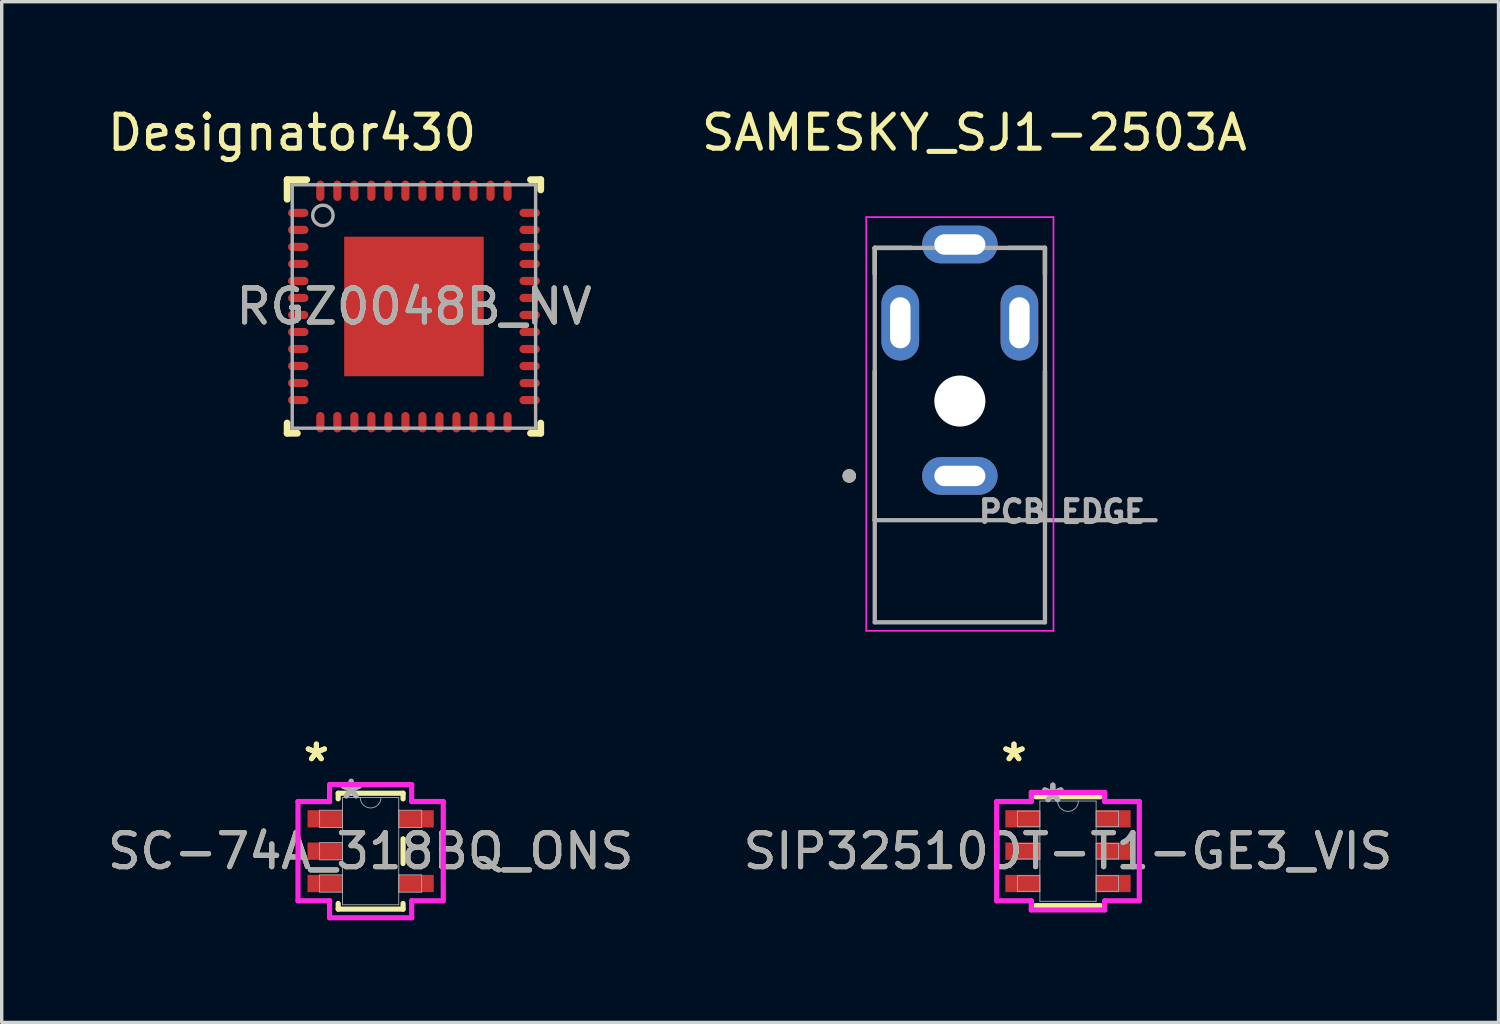
<source format=kicad_pcb>
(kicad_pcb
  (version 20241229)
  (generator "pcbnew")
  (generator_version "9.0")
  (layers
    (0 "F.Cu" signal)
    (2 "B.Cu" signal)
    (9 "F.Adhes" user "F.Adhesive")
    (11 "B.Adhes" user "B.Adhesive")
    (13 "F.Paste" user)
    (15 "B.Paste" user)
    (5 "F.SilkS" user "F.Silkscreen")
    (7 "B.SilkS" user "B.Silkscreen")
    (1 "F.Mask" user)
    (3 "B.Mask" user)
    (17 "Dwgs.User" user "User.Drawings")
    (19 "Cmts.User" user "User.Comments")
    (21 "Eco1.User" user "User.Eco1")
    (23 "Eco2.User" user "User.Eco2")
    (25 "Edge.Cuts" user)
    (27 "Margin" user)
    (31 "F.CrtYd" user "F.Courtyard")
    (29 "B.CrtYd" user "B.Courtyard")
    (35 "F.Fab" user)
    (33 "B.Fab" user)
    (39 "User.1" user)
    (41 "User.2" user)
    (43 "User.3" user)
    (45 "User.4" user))
  (footprint "SAMESKY_SJ1-2503A"
    (layer "F.Cu")
    (at 25.15 9.733)
    (property "Reference" "SAMESKY_SJ1-2503A" (at 0.425 -8.885 0) (layer "F.SilkS") (effects (font (size 1 1) (thickness 0.15))))
    (attr through_hole)
    (fp_line (start -2.5 -5.5) (end -2.5 -4.728) (stroke (width 0.127) (type solid)) (layer "F.SilkS"))
    (fp_line (start -2.5 2.5) (end -2.5 -1.872) (stroke (width 0.127) (type solid)) (layer "F.SilkS"))
    (fp_line (start -1.428 -5.5) (end -2.5 -5.5) (stroke (width 0.127) (type solid)) (layer "F.SilkS"))
    (fp_line (start 2.5 -5.5) (end 1.428 -5.5) (stroke (width 0.127) (type solid)) (layer "F.SilkS"))
    (fp_line (start 2.5 -4.728) (end 2.5 -5.5) (stroke (width 0.127) (type solid)) (layer "F.SilkS"))
    (fp_line (start 2.5 2.5) (end 2.5 -1.872) (stroke (width 0.127) (type solid)) (layer "F.SilkS"))
    (fp_circle (center -3.25 1.2) (end -3.15 1.2) (stroke (width 0.2) (type solid)) (fill no) (layer "F.SilkS"))
    (fp_line (start -2.75 -6.404) (end -2.75 5.75) (stroke (width 0.05) (type solid)) (layer "F.CrtYd"))
    (fp_line (start -2.75 5.75) (end 2.75 5.75) (stroke (width 0.05) (type solid)) (layer "F.CrtYd"))
    (fp_line (start 2.75 -6.404) (end -2.75 -6.404) (stroke (width 0.05) (type solid)) (layer "F.CrtYd"))
    (fp_line (start 2.75 5.75) (end 2.75 -6.404) (stroke (width 0.05) (type solid)) (layer "F.CrtYd"))
    (fp_line (start -2.5 -5.5) (end -2.5 2.5) (stroke (width 0.127) (type solid)) (layer "F.Fab"))
    (fp_line (start -2.5 2.5) (end -2.5 5.5) (stroke (width 0.127) (type solid)) (layer "F.Fab"))
    (fp_line (start -2.5 2.5) (end 2.5 2.5) (stroke (width 0.127) (type solid)) (layer "F.Fab"))
    (fp_line (start -2.5 5.5) (end 2.5 5.5) (stroke (width 0.127) (type solid)) (layer "F.Fab"))
    (fp_line (start 2.5 -5.5) (end -2.5 -5.5) (stroke (width 0.127) (type solid)) (layer "F.Fab"))
    (fp_line (start 2.5 2.5) (end 2.5 -5.5) (stroke (width 0.127) (type solid)) (layer "F.Fab"))
    (fp_line (start 2.5 2.5) (end 5.75 2.5) (stroke (width 0.127) (type solid)) (layer "F.Fab"))
    (fp_line (start 2.5 5.5) (end 2.5 2.5) (stroke (width 0.127) (type solid)) (layer "F.Fab"))
    (fp_circle (center -3.25 1.2) (end -3.15 1.2) (stroke (width 0.2) (type solid)) (fill no) (layer "F.Fab"))
    (fp_text user "PCB EDGE" (at 3 2.25 0) (layer "F.Fab") (effects (font (size 0.64 0.64) (thickness 0.15))))
    (pad "" np_thru_hole circle (at 0 -1) (size 1.5 1.5) (drill 1.5) (layers "*.Cu" "*.Mask"))
    (pad "1" thru_hole oval (at 0 1.2) (size 2.216 1.108) (drill oval 1.5 0.6) (layers "*.Cu" "*.Mask"))
    (pad "2" thru_hole oval (at 1.75 -3.3) (size 1.108 2.216) (drill oval 0.6 1.5) (layers "*.Cu" "*.Mask"))
    (pad "3" thru_hole oval (at -1.75 -3.3) (size 1.108 2.216) (drill oval 0.6 1.5) (layers "*.Cu" "*.Mask"))
    (pad "4" thru_hole oval (at 0 -5.6) (size 2.216 1.108) (drill oval 1.5 0.6) (layers "*.Cu" "*.Mask")))
  (footprint "RGZ0048B_NV"
    (layer "F.Cu")
    (at 9.111 5.954)
    (property "Reference" "RGZ0048B_NV" (at 0 0 0) (unlocked yes) (layer "F.SilkS") (effects (font (size 1 1) (thickness 0.15))))
    (attr smd)
    (fp_line (start -3.725 -3.725) (end -3.15 -3.725) (stroke (width 0.2) (type solid)) (layer "F.SilkS"))
    (fp_line (start -3.725 -3.15) (end -3.725 -3.725) (stroke (width 0.2) (type solid)) (layer "F.SilkS"))
    (fp_line (start -3.725 3.725) (end -3.725 3.425) (stroke (width 0.2) (type solid)) (layer "F.SilkS"))
    (fp_line (start -3.725 3.725) (end -3.425 3.725) (stroke (width 0.2) (type solid)) (layer "F.SilkS"))
    (fp_line (start 3.425 -3.725) (end 3.725 -3.725) (stroke (width 0.2) (type solid)) (layer "F.SilkS"))
    (fp_line (start 3.425 3.725) (end 3.725 3.725) (stroke (width 0.2) (type solid)) (layer "F.SilkS"))
    (fp_line (start 3.725 -3.425) (end 3.725 -3.725) (stroke (width 0.2) (type solid)) (layer "F.SilkS"))
    (fp_line (start 3.725 3.725) (end 3.725 3.425) (stroke (width 0.2) (type solid)) (layer "F.SilkS"))
    (fp_poly (pts (xy -0.1 -1.835) (xy -1.835 -1.835) (xy -1.835 -0.1) (xy -0.1 -0.1)) (stroke (width 0) (type solid)) (fill yes) (layer "F.Paste"))
    (fp_poly (pts (xy -0.1 0.1) (xy -1.835 0.1) (xy -1.835 1.835) (xy -0.1 1.835)) (stroke (width 0) (type solid)) (fill yes) (layer "F.Paste"))
    (fp_poly (pts (xy 0.1 -0.1) (xy 1.835 -0.1) (xy 1.835 -1.835) (xy 0.1 -1.835)) (stroke (width 0) (type solid)) (fill yes) (layer "F.Paste"))
    (fp_poly (pts (xy 0.1 1.835) (xy 1.835 1.835) (xy 1.835 0.1) (xy 0.1 0.1)) (stroke (width 0) (type solid)) (fill yes) (layer "F.Paste"))
    (fp_line (start -3.575 -3.575) (end 3.575 -3.575) (stroke (width 0.1) (type solid)) (layer "F.Fab"))
    (fp_line (start -3.575 3.575) (end -3.575 -3.575) (stroke (width 0.1) (type solid)) (layer "F.Fab"))
    (fp_line (start -3.575 3.575) (end 3.575 3.575) (stroke (width 0.1) (type solid)) (layer "F.Fab"))
    (fp_line (start 3.575 3.575) (end 3.575 -3.575) (stroke (width 0.1) (type solid)) (layer "F.Fab"))
    (fp_circle (center -2.675 -2.675) (end -2.375 -2.675) (stroke (width 0.1) (type solid)) (fill no) (layer "F.Fab"))
    (fp_text user "Designator430" (at -3.581 -5.105 0) (unlocked yes) (layer "F.SilkS") (effects (font (size 1 1) (thickness 0.15))))
    (fp_text user "${REFERENCE}" (at 0 0 0) (unlocked yes) (layer "F.Fab") (effects (font (size 1 1) (thickness 0.15))))
    (pad "1" smd oval (at -3.4 -2.75 90) (size 0.24 0.6) (layers "F.Cu" "F.Mask" "F.Paste"))
    (pad "2" smd oval (at -3.4 -2.25 90) (size 0.24 0.6) (layers "F.Cu" "F.Mask" "F.Paste"))
    (pad "3" smd oval (at -3.4 -1.75 90) (size 0.24 0.6) (layers "F.Cu" "F.Mask" "F.Paste"))
    (pad "4" smd oval (at -3.4 -1.25 90) (size 0.24 0.6) (layers "F.Cu" "F.Mask" "F.Paste"))
    (pad "5" smd oval (at -3.4 -0.75 90) (size 0.24 0.6) (layers "F.Cu" "F.Mask" "F.Paste"))
    (pad "6" smd oval (at -3.4 -0.25 90) (size 0.24 0.6) (layers "F.Cu" "F.Mask" "F.Paste"))
    (pad "7" smd oval (at -3.4 0.25 90) (size 0.24 0.6) (layers "F.Cu" "F.Mask" "F.Paste"))
    (pad "8" smd oval (at -3.4 0.75 90) (size 0.24 0.6) (layers "F.Cu" "F.Mask" "F.Paste"))
    (pad "9" smd oval (at -3.4 1.25 90) (size 0.24 0.6) (layers "F.Cu" "F.Mask" "F.Paste"))
    (pad "10" smd oval (at -3.4 1.75 90) (size 0.24 0.6) (layers "F.Cu" "F.Mask" "F.Paste"))
    (pad "11" smd oval (at -3.4 2.25 90) (size 0.24 0.6) (layers "F.Cu" "F.Mask" "F.Paste"))
    (pad "12" smd oval (at -3.4 2.75 90) (size 0.24 0.6) (layers "F.Cu" "F.Mask" "F.Paste"))
    (pad "13" smd oval (at -2.75 3.4) (size 0.24 0.6) (layers "F.Cu" "F.Mask" "F.Paste"))
    (pad "14" smd oval (at -2.25 3.4) (size 0.24 0.6) (layers "F.Cu" "F.Mask" "F.Paste"))
    (pad "15" smd oval (at -1.75 3.4) (size 0.24 0.6) (layers "F.Cu" "F.Mask" "F.Paste"))
    (pad "16" smd oval (at -1.25 3.4) (size 0.24 0.6) (layers "F.Cu" "F.Mask" "F.Paste"))
    (pad "17" smd oval (at -0.75 3.4) (size 0.24 0.6) (layers "F.Cu" "F.Mask" "F.Paste"))
    (pad "18" smd oval (at -0.25 3.4) (size 0.24 0.6) (layers "F.Cu" "F.Mask" "F.Paste"))
    (pad "19" smd oval (at 0.25 3.4) (size 0.24 0.6) (layers "F.Cu" "F.Mask" "F.Paste"))
    (pad "20" smd oval (at 0.75 3.4) (size 0.24 0.6) (layers "F.Cu" "F.Mask" "F.Paste"))
    (pad "21" smd oval (at 1.25 3.4) (size 0.24 0.6) (layers "F.Cu" "F.Mask" "F.Paste"))
    (pad "22" smd oval (at 1.75 3.4) (size 0.24 0.6) (layers "F.Cu" "F.Mask" "F.Paste"))
    (pad "23" smd oval (at 2.25 3.4) (size 0.24 0.6) (layers "F.Cu" "F.Mask" "F.Paste"))
    (pad "24" smd oval (at 2.75 3.4) (size 0.24 0.6) (layers "F.Cu" "F.Mask" "F.Paste"))
    (pad "25" smd oval (at 3.4 2.75 90) (size 0.24 0.6) (layers "F.Cu" "F.Mask" "F.Paste"))
    (pad "26" smd oval (at 3.4 2.25 90) (size 0.24 0.6) (layers "F.Cu" "F.Mask" "F.Paste"))
    (pad "27" smd oval (at 3.4 1.75 90) (size 0.24 0.6) (layers "F.Cu" "F.Mask" "F.Paste"))
    (pad "28" smd oval (at 3.4 1.25 90) (size 0.24 0.6) (layers "F.Cu" "F.Mask" "F.Paste"))
    (pad "29" smd oval (at 3.4 0.75 90) (size 0.24 0.6) (layers "F.Cu" "F.Mask" "F.Paste"))
    (pad "30" smd oval (at 3.4 0.25 90) (size 0.24 0.6) (layers "F.Cu" "F.Mask" "F.Paste"))
    (pad "31" smd oval (at 3.4 -0.25 90) (size 0.24 0.6) (layers "F.Cu" "F.Mask" "F.Paste"))
    (pad "32" smd oval (at 3.4 -0.75 90) (size 0.24 0.6) (layers "F.Cu" "F.Mask" "F.Paste"))
    (pad "33" smd oval (at 3.4 -1.25 90) (size 0.24 0.6) (layers "F.Cu" "F.Mask" "F.Paste"))
    (pad "34" smd oval (at 3.4 -1.75 90) (size 0.24 0.6) (layers "F.Cu" "F.Mask" "F.Paste"))
    (pad "35" smd oval (at 3.4 -2.25 90) (size 0.24 0.6) (layers "F.Cu" "F.Mask" "F.Paste"))
    (pad "36" smd oval (at 3.4 -2.75 90) (size 0.24 0.6) (layers "F.Cu" "F.Mask" "F.Paste"))
    (pad "37" smd oval (at 2.75 -3.4) (size 0.24 0.6) (layers "F.Cu" "F.Mask" "F.Paste"))
    (pad "38" smd oval (at 2.25 -3.4) (size 0.24 0.6) (layers "F.Cu" "F.Mask" "F.Paste"))
    (pad "39" smd oval (at 1.75 -3.4) (size 0.24 0.6) (layers "F.Cu" "F.Mask" "F.Paste"))
    (pad "40" smd oval (at 1.25 -3.4) (size 0.24 0.6) (layers "F.Cu" "F.Mask" "F.Paste"))
    (pad "41" smd oval (at 0.75 -3.4) (size 0.24 0.6) (layers "F.Cu" "F.Mask" "F.Paste"))
    (pad "42" smd oval (at 0.25 -3.4) (size 0.24 0.6) (layers "F.Cu" "F.Mask" "F.Paste"))
    (pad "43" smd oval (at -0.25 -3.4) (size 0.24 0.6) (layers "F.Cu" "F.Mask" "F.Paste"))
    (pad "44" smd oval (at -0.75 -3.4) (size 0.24 0.6) (layers "F.Cu" "F.Mask" "F.Paste"))
    (pad "45" smd oval (at -1.25 -3.4) (size 0.24 0.6) (layers "F.Cu" "F.Mask" "F.Paste"))
    (pad "46" smd oval (at -1.75 -3.4) (size 0.24 0.6) (layers "F.Cu" "F.Mask" "F.Paste"))
    (pad "47" smd oval (at -2.25 -3.4) (size 0.24 0.6) (layers "F.Cu" "F.Mask" "F.Paste"))
    (pad "48" smd oval (at -2.75 -3.4) (size 0.24 0.6) (layers "F.Cu" "F.Mask" "F.Paste"))
    (pad "49" smd rect (at 0 0) (size 4.1 4.1) (layers "F.Cu" "F.Mask")))
  (footprint "SC-74A_318BQ_ONS"
    (layer "F.Cu")
    (at 7.839 21.957)
    (property "Reference" "SC-74A_318BQ_ONS" (at 0 0 0) (unlocked yes) (layer "F.SilkS") (effects (font (size 1 1) (thickness 0.15))))
    (attr smd)
    (fp_line (start -0.953 -1.702) (end -0.953 -1.537) (stroke (width 0.152) (type solid)) (layer "F.SilkS"))
    (fp_line (start -0.953 1.537) (end -0.953 1.702) (stroke (width 0.152) (type solid)) (layer "F.SilkS"))
    (fp_line (start -0.953 1.702) (end 0.953 1.702) (stroke (width 0.152) (type solid)) (layer "F.SilkS"))
    (fp_line (start 0.953 -1.702) (end -0.953 -1.702) (stroke (width 0.152) (type solid)) (layer "F.SilkS"))
    (fp_line (start 0.953 -1.537) (end 0.953 -1.702) (stroke (width 0.152) (type solid)) (layer "F.SilkS"))
    (fp_line (start 0.953 0.363) (end 0.953 -0.363) (stroke (width 0.152) (type solid)) (layer "F.SilkS"))
    (fp_line (start 0.953 1.702) (end 0.953 1.537) (stroke (width 0.152) (type solid)) (layer "F.SilkS"))
    (fp_line (start -2.134 -1.458) (end -1.206 -1.458) (stroke (width 0.152) (type solid)) (layer "F.CrtYd"))
    (fp_line (start -2.134 1.458) (end -2.134 -1.458) (stroke (width 0.152) (type solid)) (layer "F.CrtYd"))
    (fp_line (start -1.206 -1.956) (end 1.206 -1.956) (stroke (width 0.152) (type solid)) (layer "F.CrtYd"))
    (fp_line (start -1.206 -1.458) (end -1.206 -1.956) (stroke (width 0.152) (type solid)) (layer "F.CrtYd"))
    (fp_line (start -1.206 1.458) (end -2.134 1.458) (stroke (width 0.152) (type solid)) (layer "F.CrtYd"))
    (fp_line (start -1.206 1.956) (end -1.206 1.458) (stroke (width 0.152) (type solid)) (layer "F.CrtYd"))
    (fp_line (start 1.206 -1.956) (end 1.206 -1.458) (stroke (width 0.152) (type solid)) (layer "F.CrtYd"))
    (fp_line (start 1.206 -1.458) (end 2.134 -1.458) (stroke (width 0.152) (type solid)) (layer "F.CrtYd"))
    (fp_line (start 1.206 1.458) (end 1.206 1.956) (stroke (width 0.152) (type solid)) (layer "F.CrtYd"))
    (fp_line (start 1.206 1.956) (end -1.206 1.956) (stroke (width 0.152) (type solid)) (layer "F.CrtYd"))
    (fp_line (start 2.134 -1.458) (end 2.134 1.458) (stroke (width 0.152) (type solid)) (layer "F.CrtYd"))
    (fp_line (start 2.134 1.458) (end 1.206 1.458) (stroke (width 0.152) (type solid)) (layer "F.CrtYd"))
    (fp_line (start -1.499 -1.204) (end -1.499 -0.696) (stroke (width 0.025) (type solid)) (layer "F.Fab"))
    (fp_line (start -1.499 -0.696) (end -0.826 -0.696) (stroke (width 0.025) (type solid)) (layer "F.Fab"))
    (fp_line (start -1.499 -0.254) (end -1.499 0.254) (stroke (width 0.025) (type solid)) (layer "F.Fab"))
    (fp_line (start -1.499 0.254) (end -0.826 0.254) (stroke (width 0.025) (type solid)) (layer "F.Fab"))
    (fp_line (start -1.499 0.696) (end -1.499 1.204) (stroke (width 0.025) (type solid)) (layer "F.Fab"))
    (fp_line (start -1.499 1.204) (end -0.826 1.204) (stroke (width 0.025) (type solid)) (layer "F.Fab"))
    (fp_line (start -0.826 -1.575) (end -0.826 1.575) (stroke (width 0.025) (type solid)) (layer "F.Fab"))
    (fp_line (start -0.826 -1.204) (end -1.499 -1.204) (stroke (width 0.025) (type solid)) (layer "F.Fab"))
    (fp_line (start -0.826 -0.696) (end -0.826 -1.204) (stroke (width 0.025) (type solid)) (layer "F.Fab"))
    (fp_line (start -0.826 -0.254) (end -1.499 -0.254) (stroke (width 0.025) (type solid)) (layer "F.Fab"))
    (fp_line (start -0.826 0.254) (end -0.826 -0.254) (stroke (width 0.025) (type solid)) (layer "F.Fab"))
    (fp_line (start -0.826 0.696) (end -1.499 0.696) (stroke (width 0.025) (type solid)) (layer "F.Fab"))
    (fp_line (start -0.826 1.204) (end -0.826 0.696) (stroke (width 0.025) (type solid)) (layer "F.Fab"))
    (fp_line (start -0.826 1.575) (end 0.826 1.575) (stroke (width 0.025) (type solid)) (layer "F.Fab"))
    (fp_line (start 0.826 -1.575) (end -0.826 -1.575) (stroke (width 0.025) (type solid)) (layer "F.Fab"))
    (fp_line (start 0.826 -1.204) (end 0.826 -0.696) (stroke (width 0.025) (type solid)) (layer "F.Fab"))
    (fp_line (start 0.826 -0.696) (end 1.499 -0.696) (stroke (width 0.025) (type solid)) (layer "F.Fab"))
    (fp_line (start 0.826 0.696) (end 0.826 1.204) (stroke (width 0.025) (type solid)) (layer "F.Fab"))
    (fp_line (start 0.826 1.204) (end 1.499 1.204) (stroke (width 0.025) (type solid)) (layer "F.Fab"))
    (fp_line (start 0.826 1.575) (end 0.826 -1.575) (stroke (width 0.025) (type solid)) (layer "F.Fab"))
    (fp_line (start 1.499 -1.204) (end 0.826 -1.204) (stroke (width 0.025) (type solid)) (layer "F.Fab"))
    (fp_line (start 1.499 -0.696) (end 1.499 -1.204) (stroke (width 0.025) (type solid)) (layer "F.Fab"))
    (fp_line (start 1.499 0.696) (end 0.826 0.696) (stroke (width 0.025) (type solid)) (layer "F.Fab"))
    (fp_line (start 1.499 1.204) (end 1.499 0.696) (stroke (width 0.025) (type solid)) (layer "F.Fab"))
    (fp_arc (start 0.3048 -1.5748) (mid 0 -1.27) (end -0.3048 -1.5748) (stroke (width 0.0254) (type solid)) (layer "F.Fab"))
    (fp_text user "*" (at -1.594 -2.601 0) (layer "F.SilkS") (effects (font (size 1 1) (thickness 0.15))))
    (fp_text user "*" (at -1.594 -2.601 0) (unlocked yes) (layer "F.SilkS") (effects (font (size 1 1) (thickness 0.15))))
    (fp_text user "*" (at -0.572 -1.509 0) (layer "F.Fab") (effects (font (size 1 1) (thickness 0.15))))
    (fp_text user "${REFERENCE}" (at 0 0 0) (unlocked yes) (layer "F.Fab") (effects (font (size 1 1) (thickness 0.15))))
    (fp_text user "*" (at -0.572 -1.509 0) (unlocked yes) (layer "F.Fab") (effects (font (size 1 1) (thickness 0.15))))
    (pad "1" smd rect (at -1.34 -0.95) (size 1.029 0.508) (layers "F.Cu" "F.Mask" "F.Paste"))
    (pad "2" smd rect (at -1.34 0) (size 1.029 0.508) (layers "F.Cu" "F.Mask" "F.Paste"))
    (pad "3" smd rect (at -1.34 0.95) (size 1.029 0.508) (layers "F.Cu" "F.Mask" "F.Paste"))
    (pad "4" smd rect (at 1.34 0.95) (size 1.029 0.508) (layers "F.Cu" "F.Mask" "F.Paste"))
    (pad "5" smd rect (at 1.34 -0.95) (size 1.029 0.508) (layers "F.Cu" "F.Mask" "F.Paste")))
  (footprint "SIP32510DT-T1-GE3_VIS"
    (layer "F.Cu")
    (at 28.327 21.957)
    (property "Reference" "SIP32510DT-T1-GE3_VIS" (at 0 0 0) (unlocked yes) (layer "F.SilkS") (effects (font (size 1 1) (thickness 0.15))))
    (attr smd)
    (fp_line (start -0.953 1.6) (end 0.953 1.6) (stroke (width 0.152) (type solid)) (layer "F.SilkS"))
    (fp_line (start 0.953 -1.6) (end -0.953 -1.6) (stroke (width 0.152) (type solid)) (layer "F.SilkS"))
    (fp_line (start -2.095 -1.458) (end -1.079 -1.458) (stroke (width 0.152) (type solid)) (layer "F.CrtYd"))
    (fp_line (start -2.095 1.458) (end -2.095 -1.458) (stroke (width 0.152) (type solid)) (layer "F.CrtYd"))
    (fp_line (start -2.095 1.458) (end -1.079 1.458) (stroke (width 0.152) (type solid)) (layer "F.CrtYd"))
    (fp_line (start -1.079 -1.727) (end 1.079 -1.727) (stroke (width 0.152) (type solid)) (layer "F.CrtYd"))
    (fp_line (start -1.079 -1.458) (end -1.079 -1.727) (stroke (width 0.152) (type solid)) (layer "F.CrtYd"))
    (fp_line (start -1.079 1.727) (end -1.079 1.458) (stroke (width 0.152) (type solid)) (layer "F.CrtYd"))
    (fp_line (start 1.079 -1.727) (end 1.079 -1.458) (stroke (width 0.152) (type solid)) (layer "F.CrtYd"))
    (fp_line (start 1.079 1.458) (end 1.079 1.727) (stroke (width 0.152) (type solid)) (layer "F.CrtYd"))
    (fp_line (start 1.079 1.727) (end -1.079 1.727) (stroke (width 0.152) (type solid)) (layer "F.CrtYd"))
    (fp_line (start 2.095 -1.458) (end 1.079 -1.458) (stroke (width 0.152) (type solid)) (layer "F.CrtYd"))
    (fp_line (start 2.095 -1.458) (end 2.095 1.458) (stroke (width 0.152) (type solid)) (layer "F.CrtYd"))
    (fp_line (start 2.095 1.458) (end 1.079 1.458) (stroke (width 0.152) (type solid)) (layer "F.CrtYd"))
    (fp_line (start -1.486 -1.179) (end -1.486 -0.721) (stroke (width 0.025) (type solid)) (layer "F.Fab"))
    (fp_line (start -1.486 -0.721) (end -0.826 -0.721) (stroke (width 0.025) (type solid)) (layer "F.Fab"))
    (fp_line (start -1.486 -0.229) (end -1.486 0.229) (stroke (width 0.025) (type solid)) (layer "F.Fab"))
    (fp_line (start -1.486 0.229) (end -0.826 0.229) (stroke (width 0.025) (type solid)) (layer "F.Fab"))
    (fp_line (start -1.486 0.721) (end -1.486 1.179) (stroke (width 0.025) (type solid)) (layer "F.Fab"))
    (fp_line (start -1.486 1.179) (end -0.826 1.179) (stroke (width 0.025) (type solid)) (layer "F.Fab"))
    (fp_line (start -0.826 -1.473) (end -0.826 1.473) (stroke (width 0.025) (type solid)) (layer "F.Fab"))
    (fp_line (start -0.826 -1.179) (end -1.486 -1.179) (stroke (width 0.025) (type solid)) (layer "F.Fab"))
    (fp_line (start -0.826 -0.721) (end -0.826 -1.179) (stroke (width 0.025) (type solid)) (layer "F.Fab"))
    (fp_line (start -0.826 -0.229) (end -1.486 -0.229) (stroke (width 0.025) (type solid)) (layer "F.Fab"))
    (fp_line (start -0.826 0.229) (end -0.826 -0.229) (stroke (width 0.025) (type solid)) (layer "F.Fab"))
    (fp_line (start -0.826 0.721) (end -1.486 0.721) (stroke (width 0.025) (type solid)) (layer "F.Fab"))
    (fp_line (start -0.826 1.179) (end -0.826 0.721) (stroke (width 0.025) (type solid)) (layer "F.Fab"))
    (fp_line (start -0.826 1.473) (end 0.826 1.473) (stroke (width 0.025) (type solid)) (layer "F.Fab"))
    (fp_line (start 0.826 -1.473) (end -0.826 -1.473) (stroke (width 0.025) (type solid)) (layer "F.Fab"))
    (fp_line (start 0.826 -1.179) (end 0.826 -0.721) (stroke (width 0.025) (type solid)) (layer "F.Fab"))
    (fp_line (start 0.826 -0.721) (end 1.486 -0.721) (stroke (width 0.025) (type solid)) (layer "F.Fab"))
    (fp_line (start 0.826 -0.229) (end 0.826 0.229) (stroke (width 0.025) (type solid)) (layer "F.Fab"))
    (fp_line (start 0.826 0.229) (end 1.486 0.229) (stroke (width 0.025) (type solid)) (layer "F.Fab"))
    (fp_line (start 0.826 0.721) (end 0.826 1.179) (stroke (width 0.025) (type solid)) (layer "F.Fab"))
    (fp_line (start 0.826 1.179) (end 1.486 1.179) (stroke (width 0.025) (type solid)) (layer "F.Fab"))
    (fp_line (start 0.826 1.473) (end 0.826 -1.473) (stroke (width 0.025) (type solid)) (layer "F.Fab"))
    (fp_line (start 1.486 -1.179) (end 0.826 -1.179) (stroke (width 0.025) (type solid)) (layer "F.Fab"))
    (fp_line (start 1.486 -0.721) (end 1.486 -1.179) (stroke (width 0.025) (type solid)) (layer "F.Fab"))
    (fp_line (start 1.486 -0.229) (end 0.826 -0.229) (stroke (width 0.025) (type solid)) (layer "F.Fab"))
    (fp_line (start 1.486 0.229) (end 1.486 -0.229) (stroke (width 0.025) (type solid)) (layer "F.Fab"))
    (fp_line (start 1.486 0.721) (end 0.826 0.721) (stroke (width 0.025) (type solid)) (layer "F.Fab"))
    (fp_line (start 1.486 1.179) (end 1.486 0.721) (stroke (width 0.025) (type solid)) (layer "F.Fab"))
    (fp_arc (start 0.3048 -1.4732) (mid 0 -1.1684) (end -0.3048 -1.4732) (stroke (width 0.0254) (type solid)) (layer "F.Fab"))
    (fp_text user "*" (at -1.587 -2.601 0) (unlocked yes) (layer "F.SilkS") (effects (font (size 1 1) (thickness 0.15))))
    (fp_text user "*" (at -1.587 -2.601 0) (layer "F.SilkS") (effects (font (size 1 1) (thickness 0.15))))
    (fp_text user "*" (at -0.445 -1.397 0) (unlocked yes) (layer "F.Fab") (effects (font (size 1 1) (thickness 0.15))))
    (fp_text user "${REFERENCE}" (at 0 0 0) (unlocked yes) (layer "F.Fab") (effects (font (size 1 1) (thickness 0.15))))
    (fp_text user "*" (at -0.445 -1.397 0) (layer "F.Fab") (effects (font (size 1 1) (thickness 0.15))))
    (pad "1" smd rect (at -1.333 -0.95) (size 1.016 0.508) (layers "F.Cu" "F.Mask" "F.Paste"))
    (pad "2" smd rect (at -1.333 0) (size 1.016 0.508) (layers "F.Cu" "F.Mask" "F.Paste"))
    (pad "3" smd rect (at -1.333 0.95) (size 1.016 0.508) (layers "F.Cu" "F.Mask" "F.Paste"))
    (pad "4" smd rect (at 1.333 0.95) (size 1.016 0.508) (layers "F.Cu" "F.Mask" "F.Paste"))
    (pad "5" smd rect (at 1.333 0) (size 1.016 0.508) (layers "F.Cu" "F.Mask" "F.Paste"))
    (pad "6" smd rect (at 1.333 -0.95) (size 1.016 0.508) (layers "F.Cu" "F.Mask" "F.Paste")))
  (gr_rect
    (start -3 -3)
    (end 40.976 26.989)
    (stroke (width 0.1) (type default))
    (fill no)
    (layer "Edge.Cuts")))
</source>
